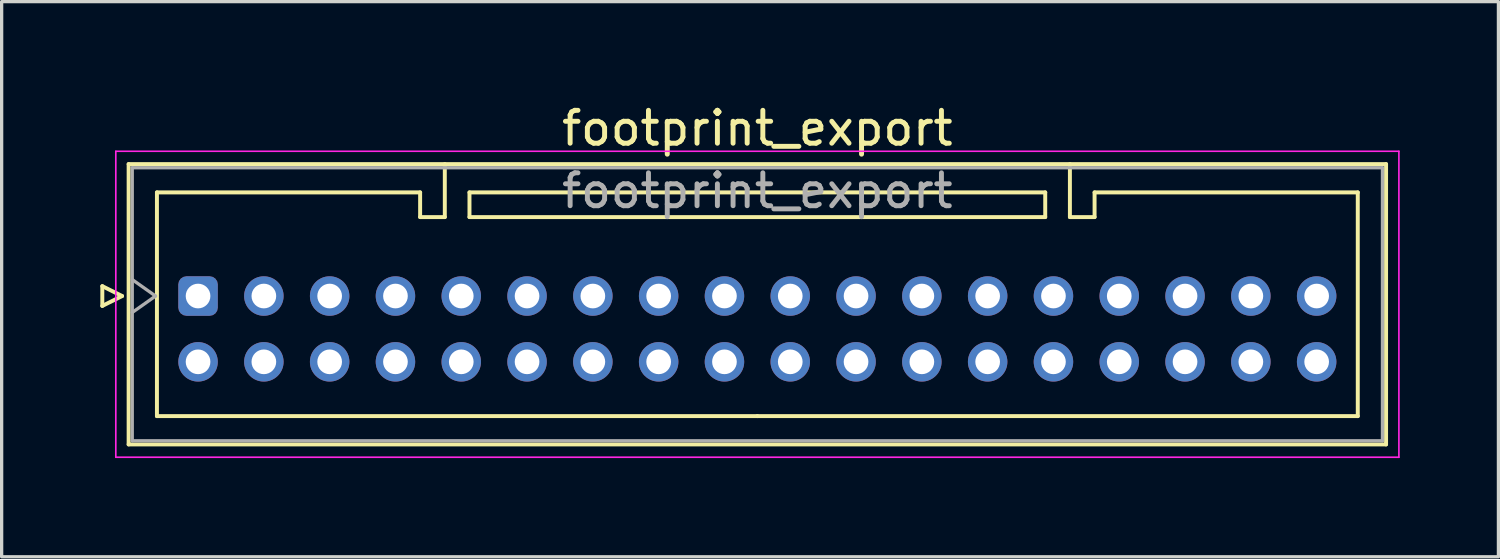
<source format=kicad_pcb>
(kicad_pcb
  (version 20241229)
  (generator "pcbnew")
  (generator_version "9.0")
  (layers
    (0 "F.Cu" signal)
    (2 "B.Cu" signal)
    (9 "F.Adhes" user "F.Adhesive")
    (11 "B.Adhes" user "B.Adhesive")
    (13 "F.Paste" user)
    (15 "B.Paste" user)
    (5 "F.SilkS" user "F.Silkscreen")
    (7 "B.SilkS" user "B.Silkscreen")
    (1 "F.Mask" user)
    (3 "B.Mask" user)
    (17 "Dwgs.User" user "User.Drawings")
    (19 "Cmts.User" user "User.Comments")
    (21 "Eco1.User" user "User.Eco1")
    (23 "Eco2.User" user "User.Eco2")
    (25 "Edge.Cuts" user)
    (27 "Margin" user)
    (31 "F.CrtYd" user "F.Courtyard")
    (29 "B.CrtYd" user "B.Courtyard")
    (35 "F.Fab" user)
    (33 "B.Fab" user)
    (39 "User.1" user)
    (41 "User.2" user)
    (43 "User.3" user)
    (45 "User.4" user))
  (footprint "footprint_export"
    (layer "F.Cu")
    (at 2.97 5.948)
    (property "Reference" "footprint_export" (at 17 -5.1 0) (layer "F.SilkS") (effects (font (size 1 1) (thickness 0.15))))
    (attr through_hole)
    (fp_line (start -2.91 -0.3) (end -2.31 0) (stroke (width 0.12) (type solid)) (layer "F.SilkS"))
    (fp_line (start -2.91 0.3) (end -2.91 -0.3) (stroke (width 0.12) (type solid)) (layer "F.SilkS"))
    (fp_line (start -2.31 0) (end -2.91 0.3) (stroke (width 0.12) (type solid)) (layer "F.SilkS"))
    (fp_line (start -2.11 -4.01) (end -2.11 4.51) (stroke (width 0.12) (type solid)) (layer "F.SilkS"))
    (fp_line (start -2.11 4.51) (end 36.11 4.51) (stroke (width 0.12) (type solid)) (layer "F.SilkS"))
    (fp_line (start -1.25 -3.15) (end -1.25 3.65) (stroke (width 0.12) (type solid)) (layer "F.SilkS"))
    (fp_line (start -1.25 3.65) (end 17 3.65) (stroke (width 0.12) (type solid)) (layer "F.SilkS"))
    (fp_line (start 6.75 -3.15) (end -1.25 -3.15) (stroke (width 0.12) (type solid)) (layer "F.SilkS"))
    (fp_line (start 6.75 -2.4) (end 6.75 -3.15) (stroke (width 0.12) (type solid)) (layer "F.SilkS"))
    (fp_line (start 7.5 -4.01) (end 7.5 -2.4) (stroke (width 0.12) (type solid)) (layer "F.SilkS"))
    (fp_line (start 7.5 -2.4) (end 6.75 -2.4) (stroke (width 0.12) (type solid)) (layer "F.SilkS"))
    (fp_line (start 8.25 -3.15) (end 8.25 -2.4) (stroke (width 0.12) (type solid)) (layer "F.SilkS"))
    (fp_line (start 8.25 -2.4) (end 25.75 -2.4) (stroke (width 0.12) (type solid)) (layer "F.SilkS"))
    (fp_line (start 25.75 -3.15) (end 8.25 -3.15) (stroke (width 0.12) (type solid)) (layer "F.SilkS"))
    (fp_line (start 25.75 -2.4) (end 25.75 -3.15) (stroke (width 0.12) (type solid)) (layer "F.SilkS"))
    (fp_line (start 26.5 -4.01) (end 26.5 -2.4) (stroke (width 0.12) (type solid)) (layer "F.SilkS"))
    (fp_line (start 26.5 -2.4) (end 27.25 -2.4) (stroke (width 0.12) (type solid)) (layer "F.SilkS"))
    (fp_line (start 27.25 -3.15) (end 35.25 -3.15) (stroke (width 0.12) (type solid)) (layer "F.SilkS"))
    (fp_line (start 27.25 -2.4) (end 27.25 -3.15) (stroke (width 0.12) (type solid)) (layer "F.SilkS"))
    (fp_line (start 35.25 -3.15) (end 35.25 3.65) (stroke (width 0.12) (type solid)) (layer "F.SilkS"))
    (fp_line (start 35.25 3.65) (end 17 3.65) (stroke (width 0.12) (type solid)) (layer "F.SilkS"))
    (fp_line (start 36.11 -4.01) (end -2.11 -4.01) (stroke (width 0.12) (type solid)) (layer "F.SilkS"))
    (fp_line (start 36.11 4.51) (end 36.11 -4.01) (stroke (width 0.12) (type solid)) (layer "F.SilkS"))
    (fp_line (start -2.5 -4.4) (end -2.5 4.9) (stroke (width 0.05) (type solid)) (layer "F.CrtYd"))
    (fp_line (start -2.5 4.9) (end 36.5 4.9) (stroke (width 0.05) (type solid)) (layer "F.CrtYd"))
    (fp_line (start 36.5 -4.4) (end -2.5 -4.4) (stroke (width 0.05) (type solid)) (layer "F.CrtYd"))
    (fp_line (start 36.5 4.9) (end 36.5 -4.4) (stroke (width 0.05) (type solid)) (layer "F.CrtYd"))
    (fp_line (start -2 -3.9) (end -2 4.4) (stroke (width 0.1) (type solid)) (layer "F.Fab"))
    (fp_line (start -2 0.5) (end -1.293 0) (stroke (width 0.1) (type solid)) (layer "F.Fab"))
    (fp_line (start -2 4.4) (end 36 4.4) (stroke (width 0.1) (type solid)) (layer "F.Fab"))
    (fp_line (start -1.293 0) (end -2 -0.5) (stroke (width 0.1) (type solid)) (layer "F.Fab"))
    (fp_line (start 36 -3.9) (end -2 -3.9) (stroke (width 0.1) (type solid)) (layer "F.Fab"))
    (fp_line (start 36 4.4) (end 36 -3.9) (stroke (width 0.1) (type solid)) (layer "F.Fab"))
    (fp_text user "${REFERENCE}" (at 17 -3.2 0) (layer "F.Fab") (effects (font (size 1 1) (thickness 0.15))))
    (pad "1" thru_hole roundrect (at 0 0) (size 1.2 1.2) (drill 0.75) (layers "*.Cu" "*.Mask") (roundrect_rratio 0.208))
    (pad "2" thru_hole circle (at 0 2) (size 1.2 1.2) (drill 0.75) (layers "*.Cu" "*.Mask"))
    (pad "3" thru_hole circle (at 2 0) (size 1.2 1.2) (drill 0.75) (layers "*.Cu" "*.Mask"))
    (pad "4" thru_hole circle (at 2 2) (size 1.2 1.2) (drill 0.75) (layers "*.Cu" "*.Mask"))
    (pad "5" thru_hole circle (at 4 0) (size 1.2 1.2) (drill 0.75) (layers "*.Cu" "*.Mask"))
    (pad "6" thru_hole circle (at 4 2) (size 1.2 1.2) (drill 0.75) (layers "*.Cu" "*.Mask"))
    (pad "7" thru_hole circle (at 6 0) (size 1.2 1.2) (drill 0.75) (layers "*.Cu" "*.Mask"))
    (pad "8" thru_hole circle (at 6 2) (size 1.2 1.2) (drill 0.75) (layers "*.Cu" "*.Mask"))
    (pad "9" thru_hole circle (at 8 0) (size 1.2 1.2) (drill 0.75) (layers "*.Cu" "*.Mask"))
    (pad "10" thru_hole circle (at 8 2) (size 1.2 1.2) (drill 0.75) (layers "*.Cu" "*.Mask"))
    (pad "11" thru_hole circle (at 10 0) (size 1.2 1.2) (drill 0.75) (layers "*.Cu" "*.Mask"))
    (pad "12" thru_hole circle (at 10 2) (size 1.2 1.2) (drill 0.75) (layers "*.Cu" "*.Mask"))
    (pad "13" thru_hole circle (at 12 0) (size 1.2 1.2) (drill 0.75) (layers "*.Cu" "*.Mask"))
    (pad "14" thru_hole circle (at 12 2) (size 1.2 1.2) (drill 0.75) (layers "*.Cu" "*.Mask"))
    (pad "15" thru_hole circle (at 14 0) (size 1.2 1.2) (drill 0.75) (layers "*.Cu" "*.Mask"))
    (pad "16" thru_hole circle (at 14 2) (size 1.2 1.2) (drill 0.75) (layers "*.Cu" "*.Mask"))
    (pad "17" thru_hole circle (at 16 0) (size 1.2 1.2) (drill 0.75) (layers "*.Cu" "*.Mask"))
    (pad "18" thru_hole circle (at 16 2) (size 1.2 1.2) (drill 0.75) (layers "*.Cu" "*.Mask"))
    (pad "19" thru_hole circle (at 18 0) (size 1.2 1.2) (drill 0.75) (layers "*.Cu" "*.Mask"))
    (pad "20" thru_hole circle (at 18 2) (size 1.2 1.2) (drill 0.75) (layers "*.Cu" "*.Mask"))
    (pad "21" thru_hole circle (at 20 0) (size 1.2 1.2) (drill 0.75) (layers "*.Cu" "*.Mask"))
    (pad "22" thru_hole circle (at 20 2) (size 1.2 1.2) (drill 0.75) (layers "*.Cu" "*.Mask"))
    (pad "23" thru_hole circle (at 22 0) (size 1.2 1.2) (drill 0.75) (layers "*.Cu" "*.Mask"))
    (pad "24" thru_hole circle (at 22 2) (size 1.2 1.2) (drill 0.75) (layers "*.Cu" "*.Mask"))
    (pad "25" thru_hole circle (at 24 0) (size 1.2 1.2) (drill 0.75) (layers "*.Cu" "*.Mask"))
    (pad "26" thru_hole circle (at 24 2) (size 1.2 1.2) (drill 0.75) (layers "*.Cu" "*.Mask"))
    (pad "27" thru_hole circle (at 26 0) (size 1.2 1.2) (drill 0.75) (layers "*.Cu" "*.Mask"))
    (pad "28" thru_hole circle (at 26 2) (size 1.2 1.2) (drill 0.75) (layers "*.Cu" "*.Mask"))
    (pad "29" thru_hole circle (at 28 0) (size 1.2 1.2) (drill 0.75) (layers "*.Cu" "*.Mask"))
    (pad "30" thru_hole circle (at 28 2) (size 1.2 1.2) (drill 0.75) (layers "*.Cu" "*.Mask"))
    (pad "31" thru_hole circle (at 30 0) (size 1.2 1.2) (drill 0.75) (layers "*.Cu" "*.Mask"))
    (pad "32" thru_hole circle (at 30 2) (size 1.2 1.2) (drill 0.75) (layers "*.Cu" "*.Mask"))
    (pad "33" thru_hole circle (at 32 0) (size 1.2 1.2) (drill 0.75) (layers "*.Cu" "*.Mask"))
    (pad "34" thru_hole circle (at 32 2) (size 1.2 1.2) (drill 0.75) (layers "*.Cu" "*.Mask"))
    (pad "35" thru_hole circle (at 34 0) (size 1.2 1.2) (drill 0.75) (layers "*.Cu" "*.Mask"))
    (pad "36" thru_hole circle (at 34 2) (size 1.2 1.2) (drill 0.75) (layers "*.Cu" "*.Mask")))
  (gr_rect
    (start -3 -3)
    (end 42.495 13.873)
    (stroke (width 0.1) (type default))
    (fill no)
    (layer "Edge.Cuts")))
</source>
